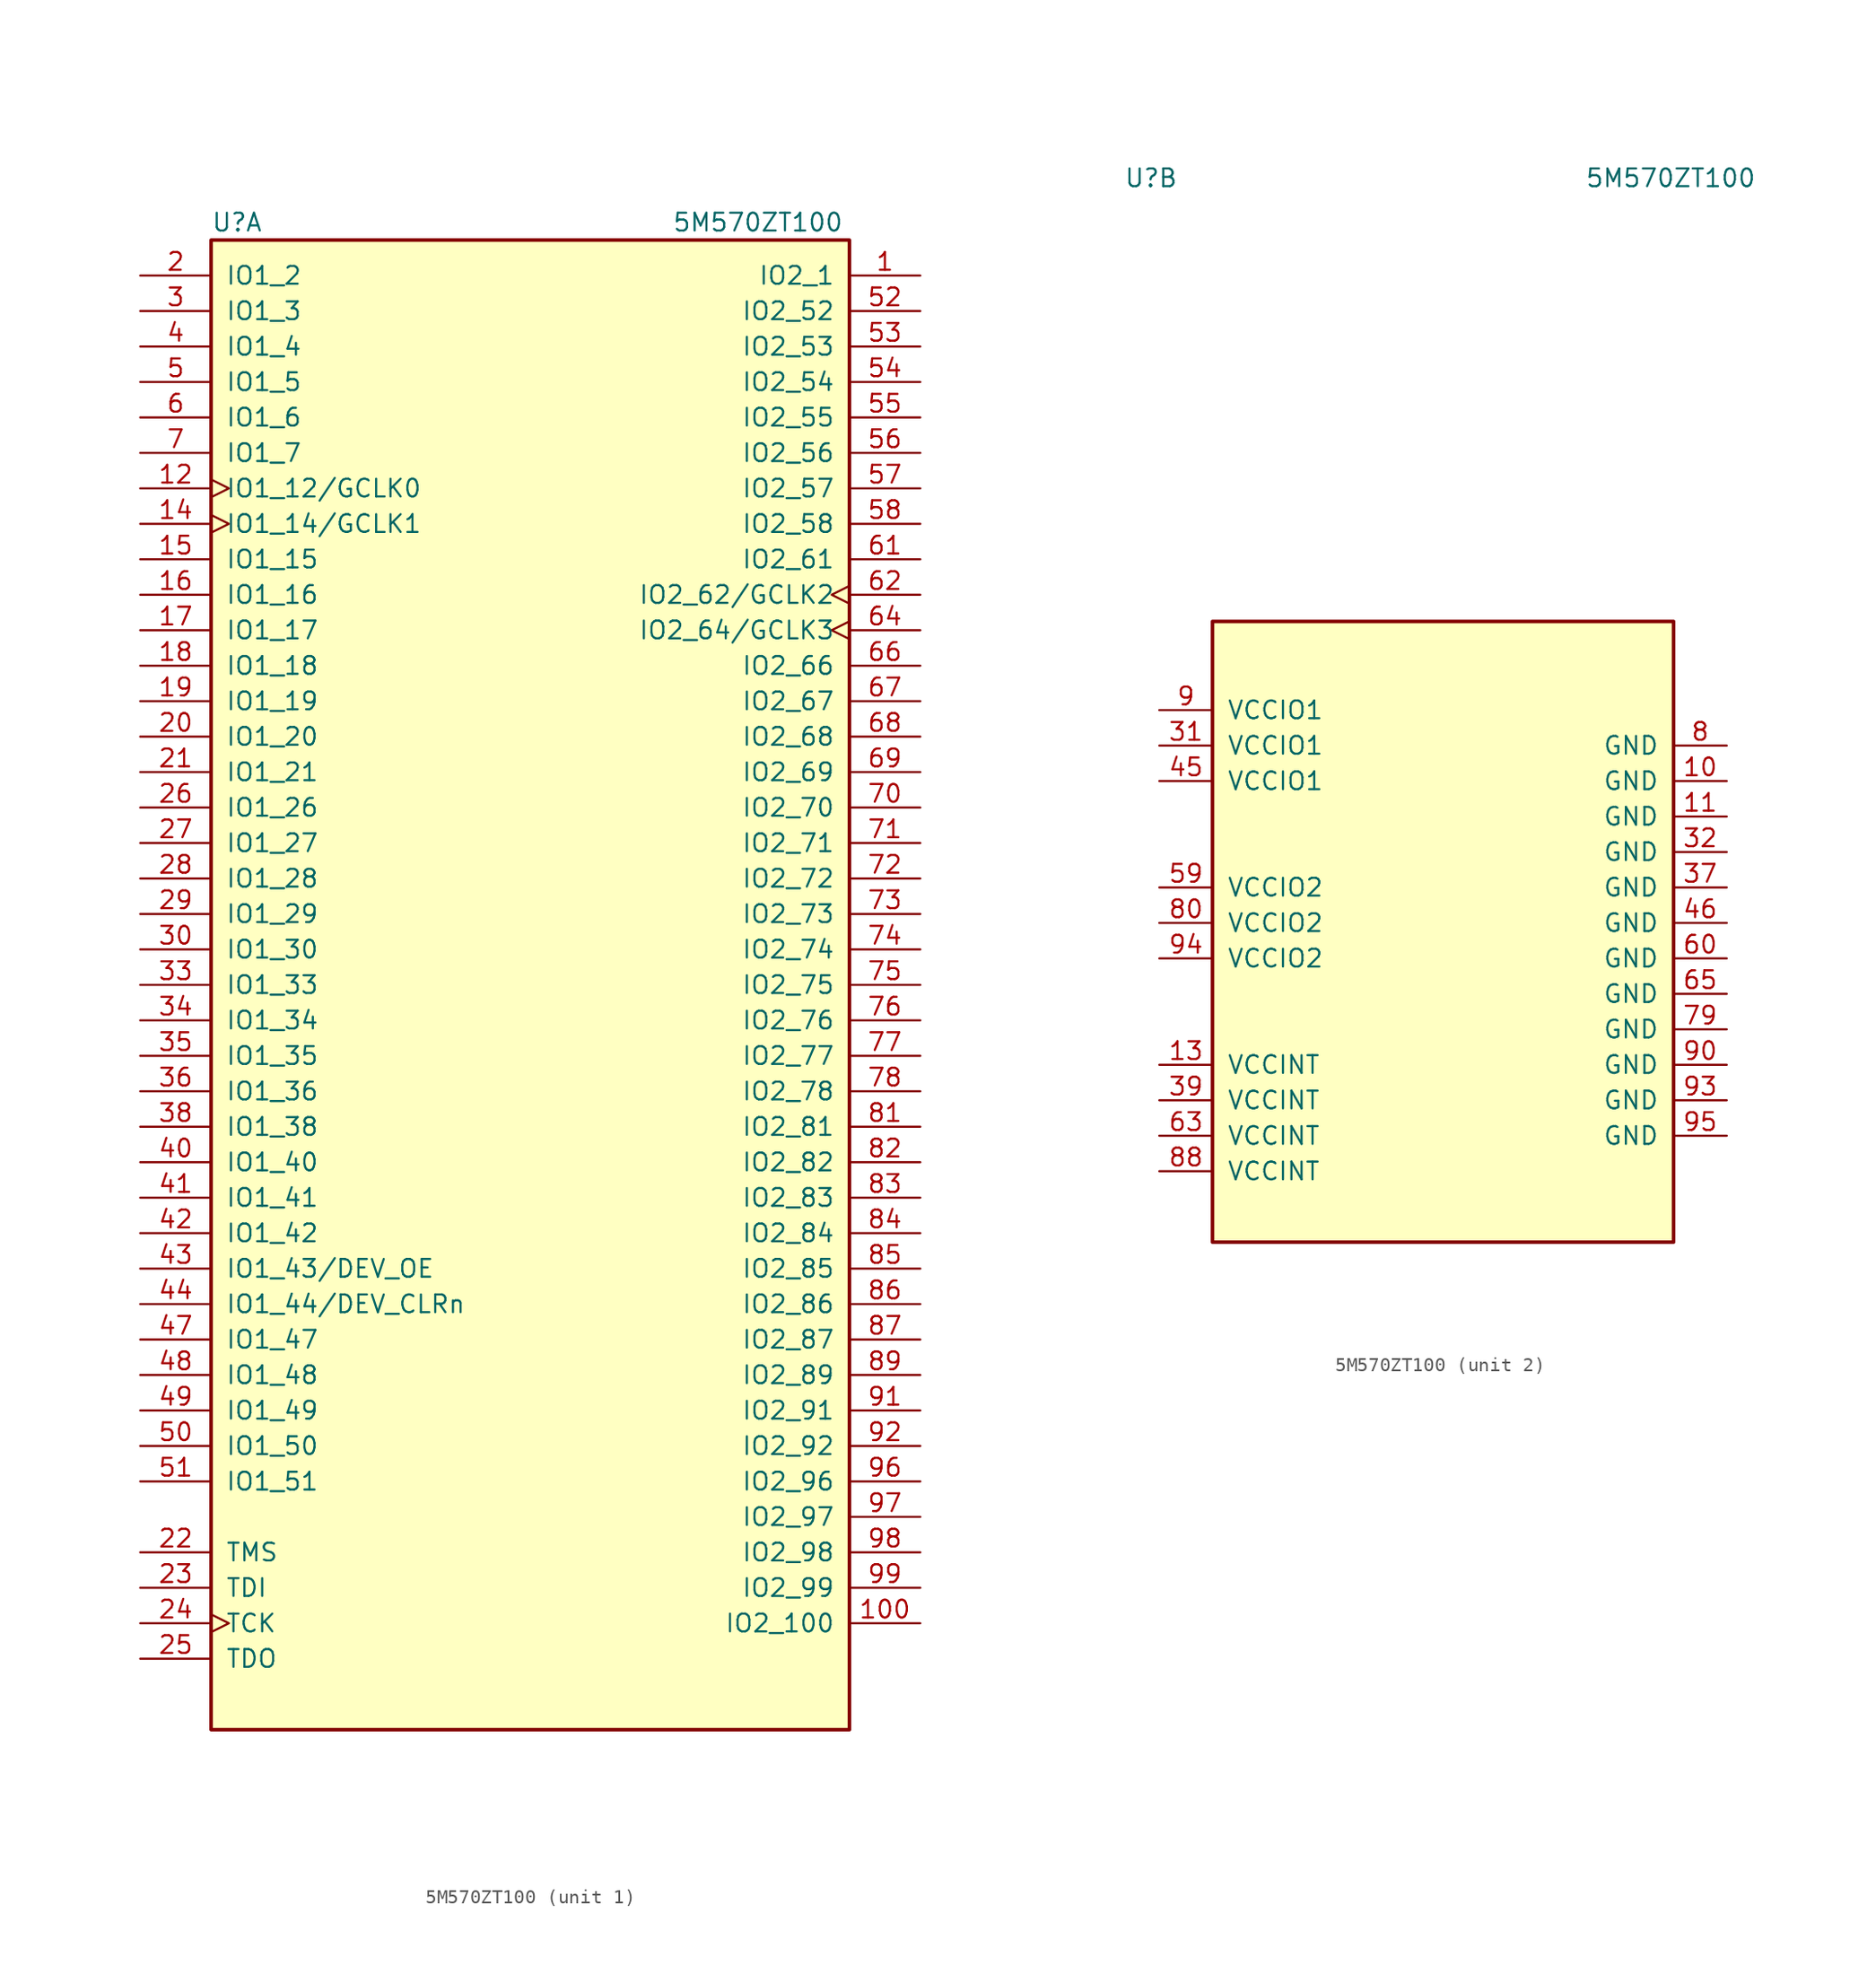
<source format=kicad_sym>
(kicad_symbol_lib
  (version 20211014)
  (generator kicad_symbol_editor)
  (symbol "5M570ZT100"
    (pin_names
      (offset 1.016))
    (property "Reference" "U"
      (at -22.86 54.61 0)
      (effects (font (size 1.27 1.27)) (justify left)))
    (property "Value" "5M570ZT100"
      (at 10.16 54.61 0)
      (effects (font (size 1.27 1.27)) (justify left)))
    (symbol "5M570ZT100_1_1"
      (rectangle (start -22.86 53.34) (end 22.86 -53.34) (stroke (width 0.254) (type default) (color 0 0 0 0)) (fill (type background)))
      (pin bidirectional line (at 27.94 50.8 180) (length 5.08) (name "IO2_1" (effects (font (size 1.27 1.27)))) (number "1" (effects (font (size 1.27 1.27)))))
      (pin bidirectional line (at 27.94 -45.72 180) (length 5.08) (name "IO2_100" (effects (font (size 1.27 1.27)))) (number "100" (effects (font (size 1.27 1.27)))))
      (pin bidirectional clock (at -27.94 35.56 0) (length 5.08) (name "IO1_12/GCLK0" (effects (font (size 1.27 1.27)))) (number "12" (effects (font (size 1.27 1.27)))))
      (pin bidirectional clock (at -27.94 33.02 0) (length 5.08) (name "IO1_14/GCLK1" (effects (font (size 1.27 1.27)))) (number "14" (effects (font (size 1.27 1.27)))))
      (pin bidirectional line (at -27.94 30.48 0) (length 5.08) (name "IO1_15" (effects (font (size 1.27 1.27)))) (number "15" (effects (font (size 1.27 1.27)))))
      (pin bidirectional line (at -27.94 27.94 0) (length 5.08) (name "IO1_16" (effects (font (size 1.27 1.27)))) (number "16" (effects (font (size 1.27 1.27)))))
      (pin bidirectional line (at -27.94 25.4 0) (length 5.08) (name "IO1_17" (effects (font (size 1.27 1.27)))) (number "17" (effects (font (size 1.27 1.27)))))
      (pin bidirectional line (at -27.94 22.86 0) (length 5.08) (name "IO1_18" (effects (font (size 1.27 1.27)))) (number "18" (effects (font (size 1.27 1.27)))))
      (pin bidirectional line (at -27.94 20.32 0) (length 5.08) (name "IO1_19" (effects (font (size 1.27 1.27)))) (number "19" (effects (font (size 1.27 1.27)))))
      (pin bidirectional line (at -27.94 50.8 0) (length 5.08) (name "IO1_2" (effects (font (size 1.27 1.27)))) (number "2" (effects (font (size 1.27 1.27)))))
      (pin bidirectional line (at -27.94 17.78 0) (length 5.08) (name "IO1_20" (effects (font (size 1.27 1.27)))) (number "20" (effects (font (size 1.27 1.27)))))
      (pin bidirectional line (at -27.94 15.24 0) (length 5.08) (name "IO1_21" (effects (font (size 1.27 1.27)))) (number "21" (effects (font (size 1.27 1.27)))))
      (pin input line (at -27.94 -40.64 0) (length 5.08) (name "TMS" (effects (font (size 1.27 1.27)))) (number "22" (effects (font (size 1.27 1.27)))))
      (pin input line (at -27.94 -43.18 0) (length 5.08) (name "TDI" (effects (font (size 1.27 1.27)))) (number "23" (effects (font (size 1.27 1.27)))))
      (pin input clock (at -27.94 -45.72 0) (length 5.08) (name "TCK" (effects (font (size 1.27 1.27)))) (number "24" (effects (font (size 1.27 1.27)))))
      (pin output line (at -27.94 -48.26 0) (length 5.08) (name "TDO" (effects (font (size 1.27 1.27)))) (number "25" (effects (font (size 1.27 1.27)))))
      (pin bidirectional line (at -27.94 12.7 0) (length 5.08) (name "IO1_26" (effects (font (size 1.27 1.27)))) (number "26" (effects (font (size 1.27 1.27)))))
      (pin bidirectional line (at -27.94 10.16 0) (length 5.08) (name "IO1_27" (effects (font (size 1.27 1.27)))) (number "27" (effects (font (size 1.27 1.27)))))
      (pin bidirectional line (at -27.94 7.62 0) (length 5.08) (name "IO1_28" (effects (font (size 1.27 1.27)))) (number "28" (effects (font (size 1.27 1.27)))))
      (pin bidirectional line (at -27.94 5.08 0) (length 5.08) (name "IO1_29" (effects (font (size 1.27 1.27)))) (number "29" (effects (font (size 1.27 1.27)))))
      (pin bidirectional line (at -27.94 48.26 0) (length 5.08) (name "IO1_3" (effects (font (size 1.27 1.27)))) (number "3" (effects (font (size 1.27 1.27)))))
      (pin bidirectional line (at -27.94 2.54 0) (length 5.08) (name "IO1_30" (effects (font (size 1.27 1.27)))) (number "30" (effects (font (size 1.27 1.27)))))
      (pin bidirectional line (at -27.94 0 0) (length 5.08) (name "IO1_33" (effects (font (size 1.27 1.27)))) (number "33" (effects (font (size 1.27 1.27)))))
      (pin bidirectional line (at -27.94 -2.54 0) (length 5.08) (name "IO1_34" (effects (font (size 1.27 1.27)))) (number "34" (effects (font (size 1.27 1.27)))))
      (pin bidirectional line (at -27.94 -5.08 0) (length 5.08) (name "IO1_35" (effects (font (size 1.27 1.27)))) (number "35" (effects (font (size 1.27 1.27)))))
      (pin bidirectional line (at -27.94 -7.62 0) (length 5.08) (name "IO1_36" (effects (font (size 1.27 1.27)))) (number "36" (effects (font (size 1.27 1.27)))))
      (pin bidirectional line (at -27.94 -10.16 0) (length 5.08) (name "IO1_38" (effects (font (size 1.27 1.27)))) (number "38" (effects (font (size 1.27 1.27)))))
      (pin bidirectional line (at -27.94 45.72 0) (length 5.08) (name "IO1_4" (effects (font (size 1.27 1.27)))) (number "4" (effects (font (size 1.27 1.27)))))
      (pin bidirectional line (at -27.94 -12.7 0) (length 5.08) (name "IO1_40" (effects (font (size 1.27 1.27)))) (number "40" (effects (font (size 1.27 1.27)))))
      (pin bidirectional line (at -27.94 -15.24 0) (length 5.08) (name "IO1_41" (effects (font (size 1.27 1.27)))) (number "41" (effects (font (size 1.27 1.27)))))
      (pin bidirectional line (at -27.94 -17.78 0) (length 5.08) (name "IO1_42" (effects (font (size 1.27 1.27)))) (number "42" (effects (font (size 1.27 1.27)))))
      (pin bidirectional line (at -27.94 -20.32 0) (length 5.08) (name "IO1_43/DEV_OE" (effects (font (size 1.27 1.27)))) (number "43" (effects (font (size 1.27 1.27)))))
      (pin bidirectional line (at -27.94 -22.86 0) (length 5.08) (name "IO1_44/DEV_CLRn" (effects (font (size 1.27 1.27)))) (number "44" (effects (font (size 1.27 1.27)))))
      (pin bidirectional line (at -27.94 -25.4 0) (length 5.08) (name "IO1_47" (effects (font (size 1.27 1.27)))) (number "47" (effects (font (size 1.27 1.27)))))
      (pin bidirectional line (at -27.94 -27.94 0) (length 5.08) (name "IO1_48" (effects (font (size 1.27 1.27)))) (number "48" (effects (font (size 1.27 1.27)))))
      (pin bidirectional line (at -27.94 -30.48 0) (length 5.08) (name "IO1_49" (effects (font (size 1.27 1.27)))) (number "49" (effects (font (size 1.27 1.27)))))
      (pin bidirectional line (at -27.94 43.18 0) (length 5.08) (name "IO1_5" (effects (font (size 1.27 1.27)))) (number "5" (effects (font (size 1.27 1.27)))))
      (pin bidirectional line (at -27.94 -33.02 0) (length 5.08) (name "IO1_50" (effects (font (size 1.27 1.27)))) (number "50" (effects (font (size 1.27 1.27)))))
      (pin bidirectional line (at -27.94 -35.56 0) (length 5.08) (name "IO1_51" (effects (font (size 1.27 1.27)))) (number "51" (effects (font (size 1.27 1.27)))))
      (pin bidirectional line (at 27.94 48.26 180) (length 5.08) (name "IO2_52" (effects (font (size 1.27 1.27)))) (number "52" (effects (font (size 1.27 1.27)))))
      (pin bidirectional line (at 27.94 45.72 180) (length 5.08) (name "IO2_53" (effects (font (size 1.27 1.27)))) (number "53" (effects (font (size 1.27 1.27)))))
      (pin bidirectional line (at 27.94 43.18 180) (length 5.08) (name "IO2_54" (effects (font (size 1.27 1.27)))) (number "54" (effects (font (size 1.27 1.27)))))
      (pin bidirectional line (at 27.94 40.64 180) (length 5.08) (name "IO2_55" (effects (font (size 1.27 1.27)))) (number "55" (effects (font (size 1.27 1.27)))))
      (pin bidirectional line (at 27.94 38.1 180) (length 5.08) (name "IO2_56" (effects (font (size 1.27 1.27)))) (number "56" (effects (font (size 1.27 1.27)))))
      (pin bidirectional line (at 27.94 35.56 180) (length 5.08) (name "IO2_57" (effects (font (size 1.27 1.27)))) (number "57" (effects (font (size 1.27 1.27)))))
      (pin bidirectional line (at 27.94 33.02 180) (length 5.08) (name "IO2_58" (effects (font (size 1.27 1.27)))) (number "58" (effects (font (size 1.27 1.27)))))
      (pin bidirectional line (at -27.94 40.64 0) (length 5.08) (name "IO1_6" (effects (font (size 1.27 1.27)))) (number "6" (effects (font (size 1.27 1.27)))))
      (pin bidirectional line (at 27.94 30.48 180) (length 5.08) (name "IO2_61" (effects (font (size 1.27 1.27)))) (number "61" (effects (font (size 1.27 1.27)))))
      (pin bidirectional clock (at 27.94 27.94 180) (length 5.08) (name "IO2_62/GCLK2" (effects (font (size 1.27 1.27)))) (number "62" (effects (font (size 1.27 1.27)))))
      (pin bidirectional clock (at 27.94 25.4 180) (length 5.08) (name "IO2_64/GCLK3" (effects (font (size 1.27 1.27)))) (number "64" (effects (font (size 1.27 1.27)))))
      (pin bidirectional line (at 27.94 22.86 180) (length 5.08) (name "IO2_66" (effects (font (size 1.27 1.27)))) (number "66" (effects (font (size 1.27 1.27)))))
      (pin bidirectional line (at 27.94 20.32 180) (length 5.08) (name "IO2_67" (effects (font (size 1.27 1.27)))) (number "67" (effects (font (size 1.27 1.27)))))
      (pin bidirectional line (at 27.94 17.78 180) (length 5.08) (name "IO2_68" (effects (font (size 1.27 1.27)))) (number "68" (effects (font (size 1.27 1.27)))))
      (pin bidirectional line (at 27.94 15.24 180) (length 5.08) (name "IO2_69" (effects (font (size 1.27 1.27)))) (number "69" (effects (font (size 1.27 1.27)))))
      (pin bidirectional line (at -27.94 38.1 0) (length 5.08) (name "IO1_7" (effects (font (size 1.27 1.27)))) (number "7" (effects (font (size 1.27 1.27)))))
      (pin bidirectional line (at 27.94 12.7 180) (length 5.08) (name "IO2_70" (effects (font (size 1.27 1.27)))) (number "70" (effects (font (size 1.27 1.27)))))
      (pin bidirectional line (at 27.94 10.16 180) (length 5.08) (name "IO2_71" (effects (font (size 1.27 1.27)))) (number "71" (effects (font (size 1.27 1.27)))))
      (pin bidirectional line (at 27.94 7.62 180) (length 5.08) (name "IO2_72" (effects (font (size 1.27 1.27)))) (number "72" (effects (font (size 1.27 1.27)))))
      (pin bidirectional line (at 27.94 5.08 180) (length 5.08) (name "IO2_73" (effects (font (size 1.27 1.27)))) (number "73" (effects (font (size 1.27 1.27)))))
      (pin bidirectional line (at 27.94 2.54 180) (length 5.08) (name "IO2_74" (effects (font (size 1.27 1.27)))) (number "74" (effects (font (size 1.27 1.27)))))
      (pin bidirectional line (at 27.94 0 180) (length 5.08) (name "IO2_75" (effects (font (size 1.27 1.27)))) (number "75" (effects (font (size 1.27 1.27)))))
      (pin bidirectional line (at 27.94 -2.54 180) (length 5.08) (name "IO2_76" (effects (font (size 1.27 1.27)))) (number "76" (effects (font (size 1.27 1.27)))))
      (pin bidirectional line (at 27.94 -5.08 180) (length 5.08) (name "IO2_77" (effects (font (size 1.27 1.27)))) (number "77" (effects (font (size 1.27 1.27)))))
      (pin bidirectional line (at 27.94 -7.62 180) (length 5.08) (name "IO2_78" (effects (font (size 1.27 1.27)))) (number "78" (effects (font (size 1.27 1.27)))))
      (pin bidirectional line (at 27.94 -10.16 180) (length 5.08) (name "IO2_81" (effects (font (size 1.27 1.27)))) (number "81" (effects (font (size 1.27 1.27)))))
      (pin bidirectional line (at 27.94 -12.7 180) (length 5.08) (name "IO2_82" (effects (font (size 1.27 1.27)))) (number "82" (effects (font (size 1.27 1.27)))))
      (pin bidirectional line (at 27.94 -15.24 180) (length 5.08) (name "IO2_83" (effects (font (size 1.27 1.27)))) (number "83" (effects (font (size 1.27 1.27)))))
      (pin bidirectional line (at 27.94 -17.78 180) (length 5.08) (name "IO2_84" (effects (font (size 1.27 1.27)))) (number "84" (effects (font (size 1.27 1.27)))))
      (pin bidirectional line (at 27.94 -20.32 180) (length 5.08) (name "IO2_85" (effects (font (size 1.27 1.27)))) (number "85" (effects (font (size 1.27 1.27)))))
      (pin bidirectional line (at 27.94 -22.86 180) (length 5.08) (name "IO2_86" (effects (font (size 1.27 1.27)))) (number "86" (effects (font (size 1.27 1.27)))))
      (pin bidirectional line (at 27.94 -25.4 180) (length 5.08) (name "IO2_87" (effects (font (size 1.27 1.27)))) (number "87" (effects (font (size 1.27 1.27)))))
      (pin bidirectional line (at 27.94 -27.94 180) (length 5.08) (name "IO2_89" (effects (font (size 1.27 1.27)))) (number "89" (effects (font (size 1.27 1.27)))))
      (pin bidirectional line (at 27.94 -30.48 180) (length 5.08) (name "IO2_91" (effects (font (size 1.27 1.27)))) (number "91" (effects (font (size 1.27 1.27)))))
      (pin bidirectional line (at 27.94 -33.02 180) (length 5.08) (name "IO2_92" (effects (font (size 1.27 1.27)))) (number "92" (effects (font (size 1.27 1.27)))))
      (pin bidirectional line (at 27.94 -35.56 180) (length 5.08) (name "IO2_96" (effects (font (size 1.27 1.27)))) (number "96" (effects (font (size 1.27 1.27)))))
      (pin bidirectional line (at 27.94 -38.1 180) (length 5.08) (name "IO2_97" (effects (font (size 1.27 1.27)))) (number "97" (effects (font (size 1.27 1.27)))))
      (pin bidirectional line (at 27.94 -40.64 180) (length 5.08) (name "IO2_98" (effects (font (size 1.27 1.27)))) (number "98" (effects (font (size 1.27 1.27)))))
      (pin bidirectional line (at 27.94 -43.18 180) (length 5.08) (name "IO2_99" (effects (font (size 1.27 1.27)))) (number "99" (effects (font (size 1.27 1.27))))))
    (symbol "5M570ZT100_2_1"
      (rectangle (start -16.51 22.86) (end 16.51 -21.59) (stroke (width 0.254) (type default) (color 0 0 0 0)) (fill (type background)))
      (pin power_in line (at 20.32 11.43 180) (length 3.81) (name "GND" (effects (font (size 1.27 1.27)))) (number "10" (effects (font (size 1.27 1.27)))))
      (pin power_in line (at 20.32 8.89 180) (length 3.81) (name "GND" (effects (font (size 1.27 1.27)))) (number "11" (effects (font (size 1.27 1.27)))))
      (pin power_in line (at -20.32 -8.89 0) (length 3.81) (name "VCCINT" (effects (font (size 1.27 1.27)))) (number "13" (effects (font (size 1.27 1.27)))))
      (pin power_in line (at -20.32 13.97 0) (length 3.81) (name "VCCIO1" (effects (font (size 1.27 1.27)))) (number "31" (effects (font (size 1.27 1.27)))))
      (pin power_in line (at 20.32 6.35 180) (length 3.81) (name "GND" (effects (font (size 1.27 1.27)))) (number "32" (effects (font (size 1.27 1.27)))))
      (pin power_in line (at 20.32 3.81 180) (length 3.81) (name "GND" (effects (font (size 1.27 1.27)))) (number "37" (effects (font (size 1.27 1.27)))))
      (pin power_in line (at -20.32 -11.43 0) (length 3.81) (name "VCCINT" (effects (font (size 1.27 1.27)))) (number "39" (effects (font (size 1.27 1.27)))))
      (pin power_in line (at -20.32 11.43 0) (length 3.81) (name "VCCIO1" (effects (font (size 1.27 1.27)))) (number "45" (effects (font (size 1.27 1.27)))))
      (pin power_in line (at 20.32 1.27 180) (length 3.81) (name "GND" (effects (font (size 1.27 1.27)))) (number "46" (effects (font (size 1.27 1.27)))))
      (pin power_in line (at -20.32 3.81 0) (length 3.81) (name "VCCIO2" (effects (font (size 1.27 1.27)))) (number "59" (effects (font (size 1.27 1.27)))))
      (pin power_in line (at 20.32 -1.27 180) (length 3.81) (name "GND" (effects (font (size 1.27 1.27)))) (number "60" (effects (font (size 1.27 1.27)))))
      (pin power_in line (at -20.32 -13.97 0) (length 3.81) (name "VCCINT" (effects (font (size 1.27 1.27)))) (number "63" (effects (font (size 1.27 1.27)))))
      (pin power_in line (at 20.32 -3.81 180) (length 3.81) (name "GND" (effects (font (size 1.27 1.27)))) (number "65" (effects (font (size 1.27 1.27)))))
      (pin power_in line (at 20.32 -6.35 180) (length 3.81) (name "GND" (effects (font (size 1.27 1.27)))) (number "79" (effects (font (size 1.27 1.27)))))
      (pin power_in line (at 20.32 13.97 180) (length 3.81) (name "GND" (effects (font (size 1.27 1.27)))) (number "8" (effects (font (size 1.27 1.27)))))
      (pin power_in line (at -20.32 1.27 0) (length 3.81) (name "VCCIO2" (effects (font (size 1.27 1.27)))) (number "80" (effects (font (size 1.27 1.27)))))
      (pin power_in line (at -20.32 -16.51 0) (length 3.81) (name "VCCINT" (effects (font (size 1.27 1.27)))) (number "88" (effects (font (size 1.27 1.27)))))
      (pin power_in line (at -20.32 16.51 0) (length 3.81) (name "VCCIO1" (effects (font (size 1.27 1.27)))) (number "9" (effects (font (size 1.27 1.27)))))
      (pin power_in line (at 20.32 -8.89 180) (length 3.81) (name "GND" (effects (font (size 1.27 1.27)))) (number "90" (effects (font (size 1.27 1.27)))))
      (pin power_in line (at 20.32 -11.43 180) (length 3.81) (name "GND" (effects (font (size 1.27 1.27)))) (number "93" (effects (font (size 1.27 1.27)))))
      (pin power_in line (at -20.32 -1.27 0) (length 3.81) (name "VCCIO2" (effects (font (size 1.27 1.27)))) (number "94" (effects (font (size 1.27 1.27)))))
      (pin power_in line (at 20.32 -13.97 180) (length 3.81) (name "GND" (effects (font (size 1.27 1.27)))) (number "95" (effects (font (size 1.27 1.27))))))))
</source>
